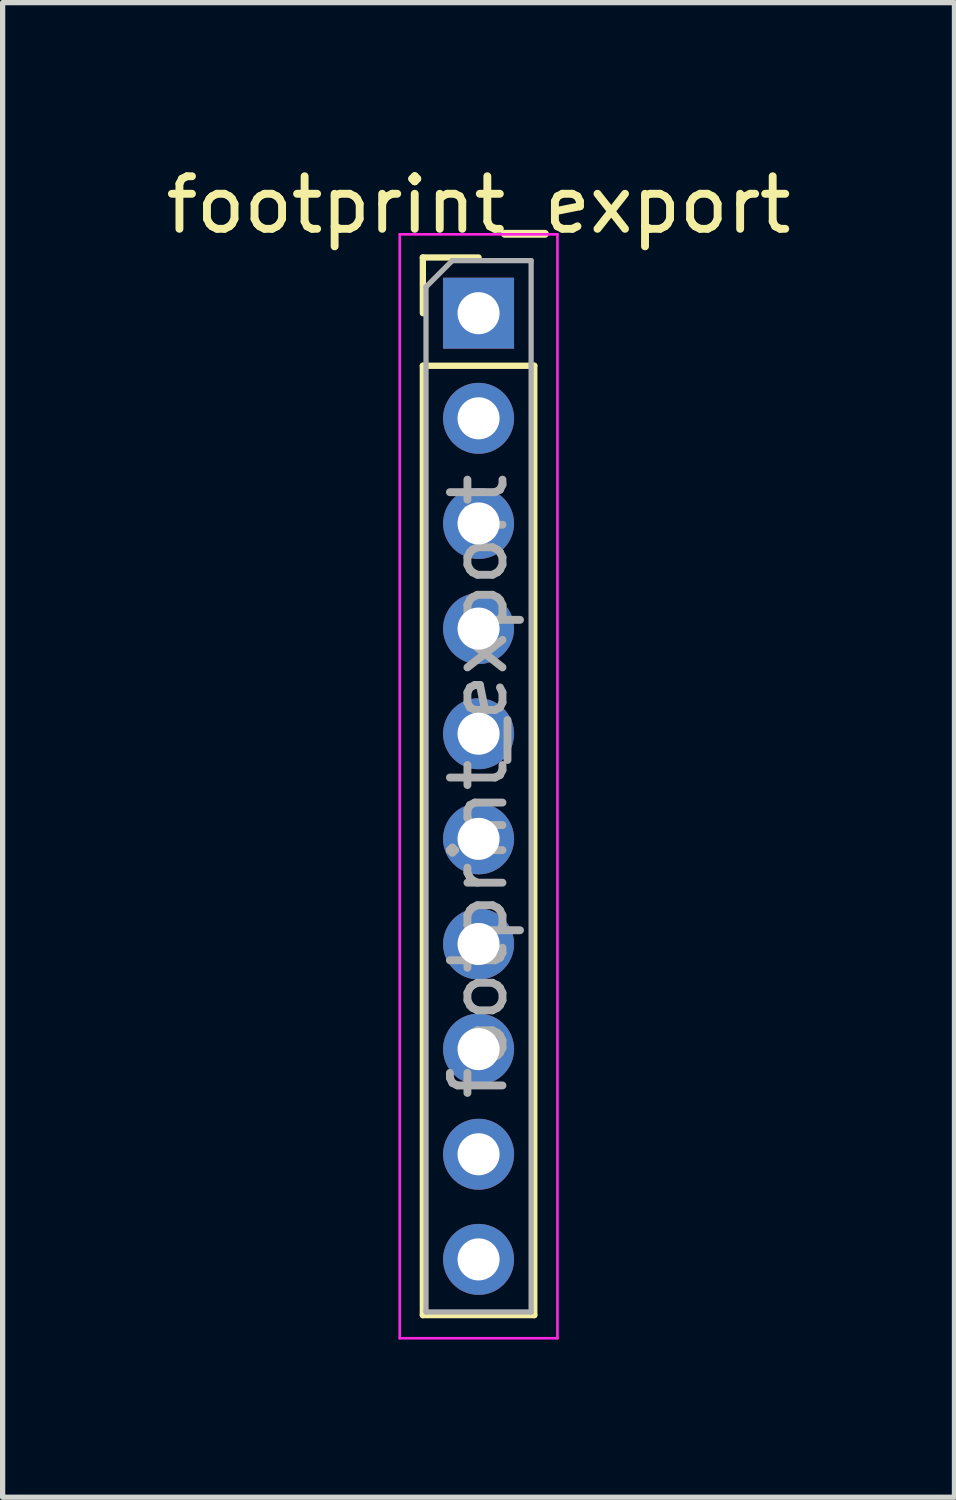
<source format=kicad_pcb>
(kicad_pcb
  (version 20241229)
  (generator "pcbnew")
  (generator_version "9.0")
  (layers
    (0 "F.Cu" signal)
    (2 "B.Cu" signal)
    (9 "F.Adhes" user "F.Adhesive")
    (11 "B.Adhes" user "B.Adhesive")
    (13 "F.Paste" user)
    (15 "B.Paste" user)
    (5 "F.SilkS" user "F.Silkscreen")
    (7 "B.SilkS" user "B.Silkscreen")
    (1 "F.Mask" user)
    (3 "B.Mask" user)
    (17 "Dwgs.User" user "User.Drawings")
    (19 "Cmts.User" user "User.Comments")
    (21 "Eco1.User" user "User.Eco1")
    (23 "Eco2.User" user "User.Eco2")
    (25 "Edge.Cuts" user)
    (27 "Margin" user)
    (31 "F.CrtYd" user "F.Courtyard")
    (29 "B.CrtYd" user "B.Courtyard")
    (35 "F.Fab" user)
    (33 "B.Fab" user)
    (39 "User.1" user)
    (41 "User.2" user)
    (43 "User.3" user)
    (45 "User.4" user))
  (footprint "footprint_export"
    (layer "F.Cu")
    (at 6.054 2.908)
    (property "Reference" "footprint_export" (at 0 -2.06 0) (layer "F.SilkS") (effects (font (size 1 1) (thickness 0.15))))
    (attr through_hole)
    (fp_line (start -1.06 -1.06) (end 0 -1.06) (stroke (width 0.12) (type solid)) (layer "F.SilkS"))
    (fp_line (start -1.06 0) (end -1.06 -1.06) (stroke (width 0.12) (type solid)) (layer "F.SilkS"))
    (fp_line (start -1.06 1) (end -1.06 19.06) (stroke (width 0.12) (type solid)) (layer "F.SilkS"))
    (fp_line (start -1.06 1) (end 1.06 1) (stroke (width 0.12) (type solid)) (layer "F.SilkS"))
    (fp_line (start -1.06 19.06) (end 1.06 19.06) (stroke (width 0.12) (type solid)) (layer "F.SilkS"))
    (fp_line (start 1.06 1) (end 1.06 19.06) (stroke (width 0.12) (type solid)) (layer "F.SilkS"))
    (fp_line (start -1.5 -1.5) (end -1.5 19.5) (stroke (width 0.05) (type solid)) (layer "F.CrtYd"))
    (fp_line (start -1.5 19.5) (end 1.5 19.5) (stroke (width 0.05) (type solid)) (layer "F.CrtYd"))
    (fp_line (start 1.5 -1.5) (end -1.5 -1.5) (stroke (width 0.05) (type solid)) (layer "F.CrtYd"))
    (fp_line (start 1.5 19.5) (end 1.5 -1.5) (stroke (width 0.05) (type solid)) (layer "F.CrtYd"))
    (fp_line (start -1 -0.5) (end -0.5 -1) (stroke (width 0.1) (type solid)) (layer "F.Fab"))
    (fp_line (start -1 19) (end -1 -0.5) (stroke (width 0.1) (type solid)) (layer "F.Fab"))
    (fp_line (start -0.5 -1) (end 1 -1) (stroke (width 0.1) (type solid)) (layer "F.Fab"))
    (fp_line (start 1 -1) (end 1 19) (stroke (width 0.1) (type solid)) (layer "F.Fab"))
    (fp_line (start 1 19) (end -1 19) (stroke (width 0.1) (type solid)) (layer "F.Fab"))
    (fp_text user "${REFERENCE}" (at 0 9 90) (layer "F.Fab") (effects (font (size 1 1) (thickness 0.15))))
    (pad "1" thru_hole rect (at 0 0) (size 1.35 1.35) (drill 0.8) (layers "*.Cu" "*.Mask"))
    (pad "2" thru_hole oval (at 0 2) (size 1.35 1.35) (drill 0.8) (layers "*.Cu" "*.Mask"))
    (pad "3" thru_hole oval (at 0 4) (size 1.35 1.35) (drill 0.8) (layers "*.Cu" "*.Mask"))
    (pad "4" thru_hole oval (at 0 6) (size 1.35 1.35) (drill 0.8) (layers "*.Cu" "*.Mask"))
    (pad "5" thru_hole oval (at 0 8) (size 1.35 1.35) (drill 0.8) (layers "*.Cu" "*.Mask"))
    (pad "6" thru_hole oval (at 0 10) (size 1.35 1.35) (drill 0.8) (layers "*.Cu" "*.Mask"))
    (pad "7" thru_hole oval (at 0 12) (size 1.35 1.35) (drill 0.8) (layers "*.Cu" "*.Mask"))
    (pad "8" thru_hole oval (at 0 14) (size 1.35 1.35) (drill 0.8) (layers "*.Cu" "*.Mask"))
    (pad "9" thru_hole oval (at 0 16) (size 1.35 1.35) (drill 0.8) (layers "*.Cu" "*.Mask"))
    (pad "10" thru_hole oval (at 0 18) (size 1.35 1.35) (drill 0.8) (layers "*.Cu" "*.Mask")))
  (gr_rect
    (start -3 -3)
    (end 15.107 25.433)
    (stroke (width 0.1) (type default))
    (fill no)
    (layer "Edge.Cuts")))
</source>
